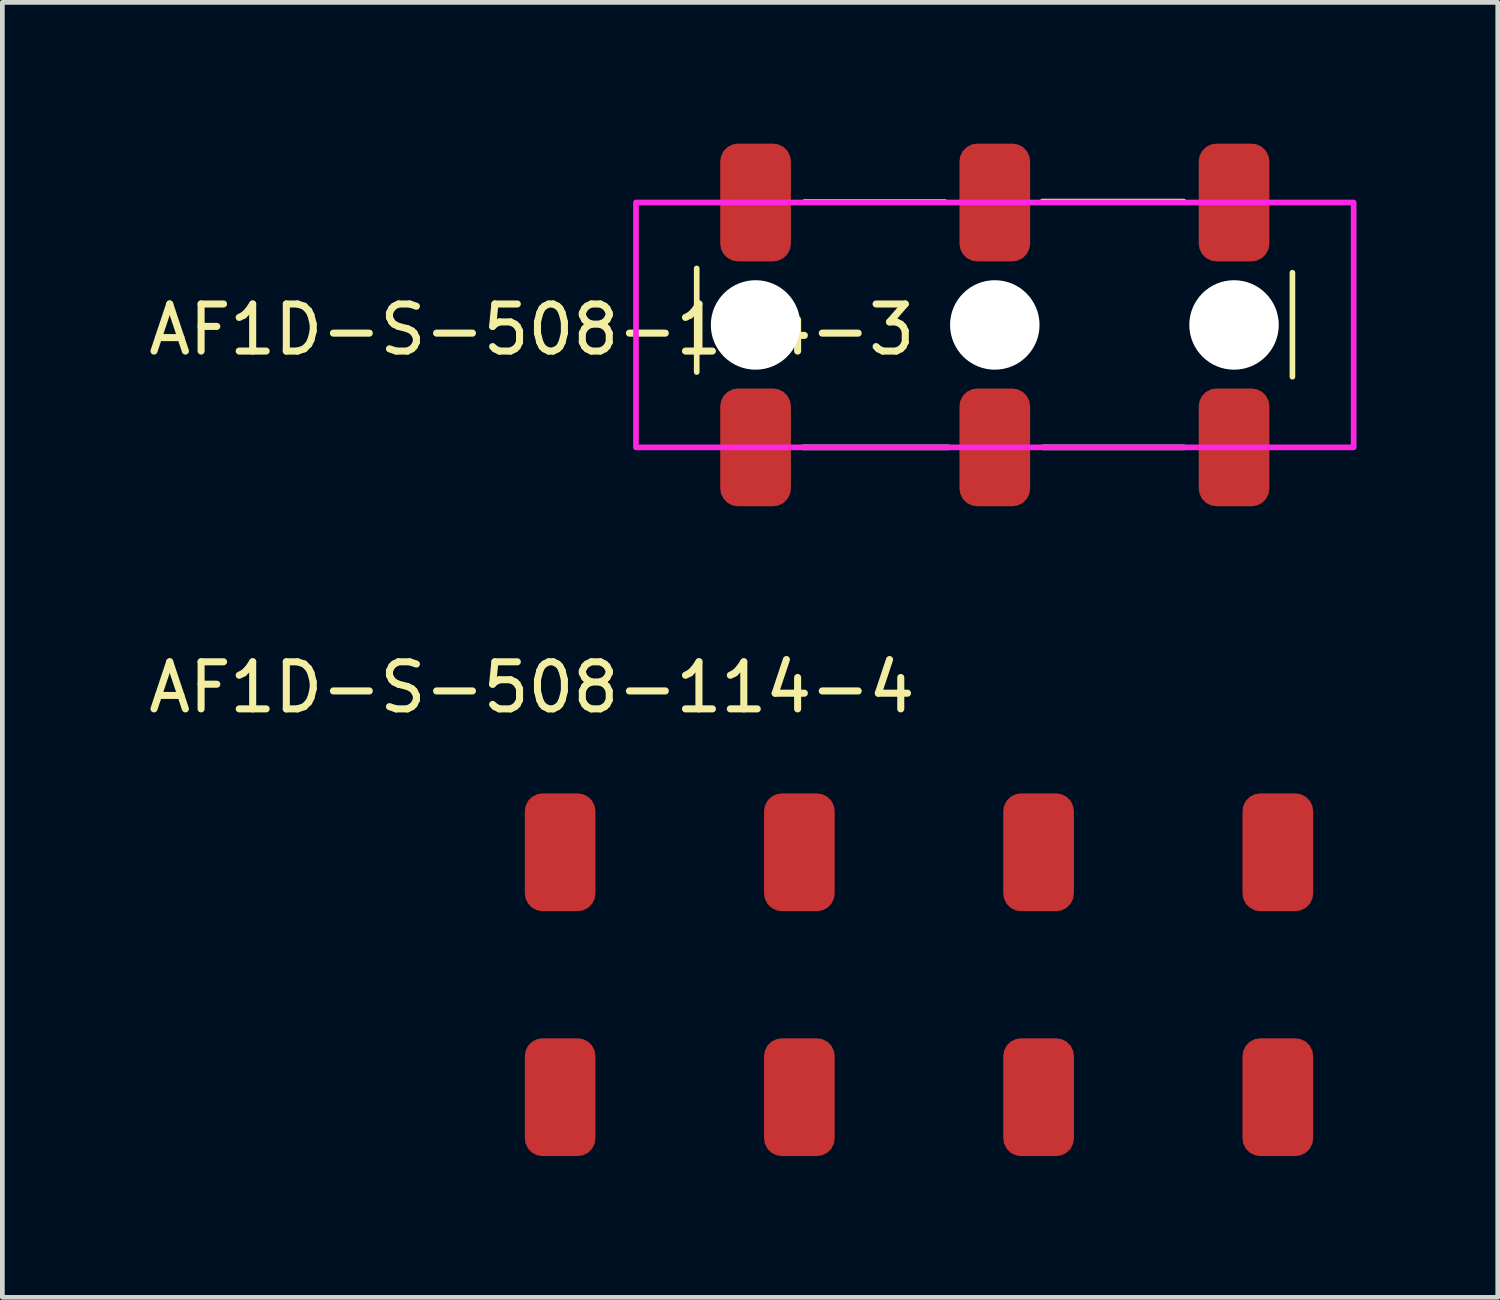
<source format=kicad_pcb>
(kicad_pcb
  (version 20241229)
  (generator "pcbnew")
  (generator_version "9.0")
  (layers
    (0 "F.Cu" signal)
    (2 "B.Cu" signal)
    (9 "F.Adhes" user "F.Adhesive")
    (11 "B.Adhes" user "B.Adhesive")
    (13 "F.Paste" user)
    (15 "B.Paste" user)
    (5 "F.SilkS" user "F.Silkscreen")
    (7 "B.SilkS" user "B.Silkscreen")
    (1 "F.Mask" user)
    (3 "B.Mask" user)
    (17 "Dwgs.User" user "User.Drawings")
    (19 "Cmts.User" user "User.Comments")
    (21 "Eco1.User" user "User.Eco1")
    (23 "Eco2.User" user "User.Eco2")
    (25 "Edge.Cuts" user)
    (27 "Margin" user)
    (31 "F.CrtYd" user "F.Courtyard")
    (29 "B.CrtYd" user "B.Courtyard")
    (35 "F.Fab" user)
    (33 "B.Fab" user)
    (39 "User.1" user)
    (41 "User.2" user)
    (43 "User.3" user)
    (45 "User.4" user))
  (footprint "AF1D-S-508-114-3"
    (layer "F.Cu")
    (at 12.994 3.95)
    (property "Reference" "AF1D-S-508-114-3" (at -4.75 0 0) (unlocked yes) (layer "F.SilkS") (effects (font (size 1 1) (thickness 0.15))))
    (attr smd)
    (fp_line (start -1.25 0.9) (end -1.25 -1.3) (stroke (width 0.12) (type solid)) (layer "F.SilkS"))
    (fp_line (start 1.04 -2.71) (end 4.02 -2.71) (stroke (width 0.12) (type solid)) (layer "F.SilkS"))
    (fp_line (start 4.1 2.5) (end 1 2.5) (stroke (width 0.12) (type solid)) (layer "F.SilkS"))
    (fp_line (start 6.09 -2.72) (end 9.09 -2.72) (stroke (width 0.12) (type solid)) (layer "F.SilkS"))
    (fp_line (start 9.1 2.5) (end 6.1 2.5) (stroke (width 0.12) (type solid)) (layer "F.SilkS"))
    (fp_line (start 11.4 -1.21) (end 11.4 1) (stroke (width 0.12) (type solid)) (layer "F.SilkS"))
    (fp_rect (start -2.54 -2.7) (end 12.7 2.5) (stroke (width 0.12) (type solid)) (fill no) (layer "F.CrtYd"))
    (pad "" np_thru_hole circle (at 0 -0.1) (size 1.9 1.9) (drill 1.9) (layers "*.Cu" "*.Mask"))
    (pad "" np_thru_hole circle (at 5.08 -0.1) (size 1.9 1.9) (drill 1.9) (layers "*.Cu" "*.Mask"))
    (pad "" np_thru_hole circle (at 10.16 -0.1) (size 1.9 1.9) (drill 1.9) (layers "*.Cu" "*.Mask"))
    (pad "1" smd roundrect (at 0 -2.7) (size 1.5 2.5) (layers "F.Cu" "F.Mask" "F.Paste") (roundrect_rratio 0.25))
    (pad "1" smd roundrect (at 0 2.5) (size 1.5 2.5) (layers "F.Cu" "F.Mask" "F.Paste") (roundrect_rratio 0.25))
    (pad "2" smd roundrect (at 5.08 -2.7) (size 1.5 2.5) (layers "F.Cu" "F.Mask" "F.Paste") (roundrect_rratio 0.25))
    (pad "2" smd roundrect (at 5.08 2.5) (size 1.5 2.5) (layers "F.Cu" "F.Mask" "F.Paste") (roundrect_rratio 0.25))
    (pad "3" smd roundrect (at 10.16 -2.7) (size 1.5 2.5) (layers "F.Cu" "F.Mask" "F.Paste") (roundrect_rratio 0.25))
    (pad "3" smd roundrect (at 10.16 2.5) (size 1.5 2.5) (layers "F.Cu" "F.Mask" "F.Paste") (roundrect_rratio 0.25)))
  (footprint "AF1D-S-508-114-4"
    (layer "F.Cu")
    (at 8.844 17.748)
    (property "Reference" "AF1D-S-508-114-4" (at -0.6 -6.2 0) (unlocked yes) (layer "F.SilkS") (effects (font (size 1 1) (thickness 0.15))))
    (attr smd)
    (pad "1" smd roundrect (at 0 -2.7) (size 1.5 2.5) (layers "F.Cu" "F.Mask" "F.Paste") (roundrect_rratio 0.25))
    (pad "1" smd roundrect (at 0 2.5) (size 1.5 2.5) (layers "F.Cu" "F.Mask" "F.Paste") (roundrect_rratio 0.25))
    (pad "2" smd roundrect (at 5.08 -2.7) (size 1.5 2.5) (layers "F.Cu" "F.Mask" "F.Paste") (roundrect_rratio 0.25))
    (pad "2" smd roundrect (at 5.08 2.5) (size 1.5 2.5) (layers "F.Cu" "F.Mask" "F.Paste") (roundrect_rratio 0.25))
    (pad "3" smd roundrect (at 10.16 -2.7) (size 1.5 2.5) (layers "F.Cu" "F.Mask" "F.Paste") (roundrect_rratio 0.25))
    (pad "3" smd roundrect (at 10.16 2.5) (size 1.5 2.5) (layers "F.Cu" "F.Mask" "F.Paste") (roundrect_rratio 0.25))
    (pad "4" smd roundrect (at 15.24 -2.7) (size 1.5 2.5) (layers "F.Cu" "F.Mask" "F.Paste") (roundrect_rratio 0.25))
    (pad "4" smd roundrect (at 15.24 2.5) (size 1.5 2.5) (layers "F.Cu" "F.Mask" "F.Paste") (roundrect_rratio 0.25)))
  (gr_rect
    (start -3 -3)
    (end 28.754 24.498)
    (stroke (width 0.1) (type default))
    (fill no)
    (layer "Edge.Cuts")))
</source>
